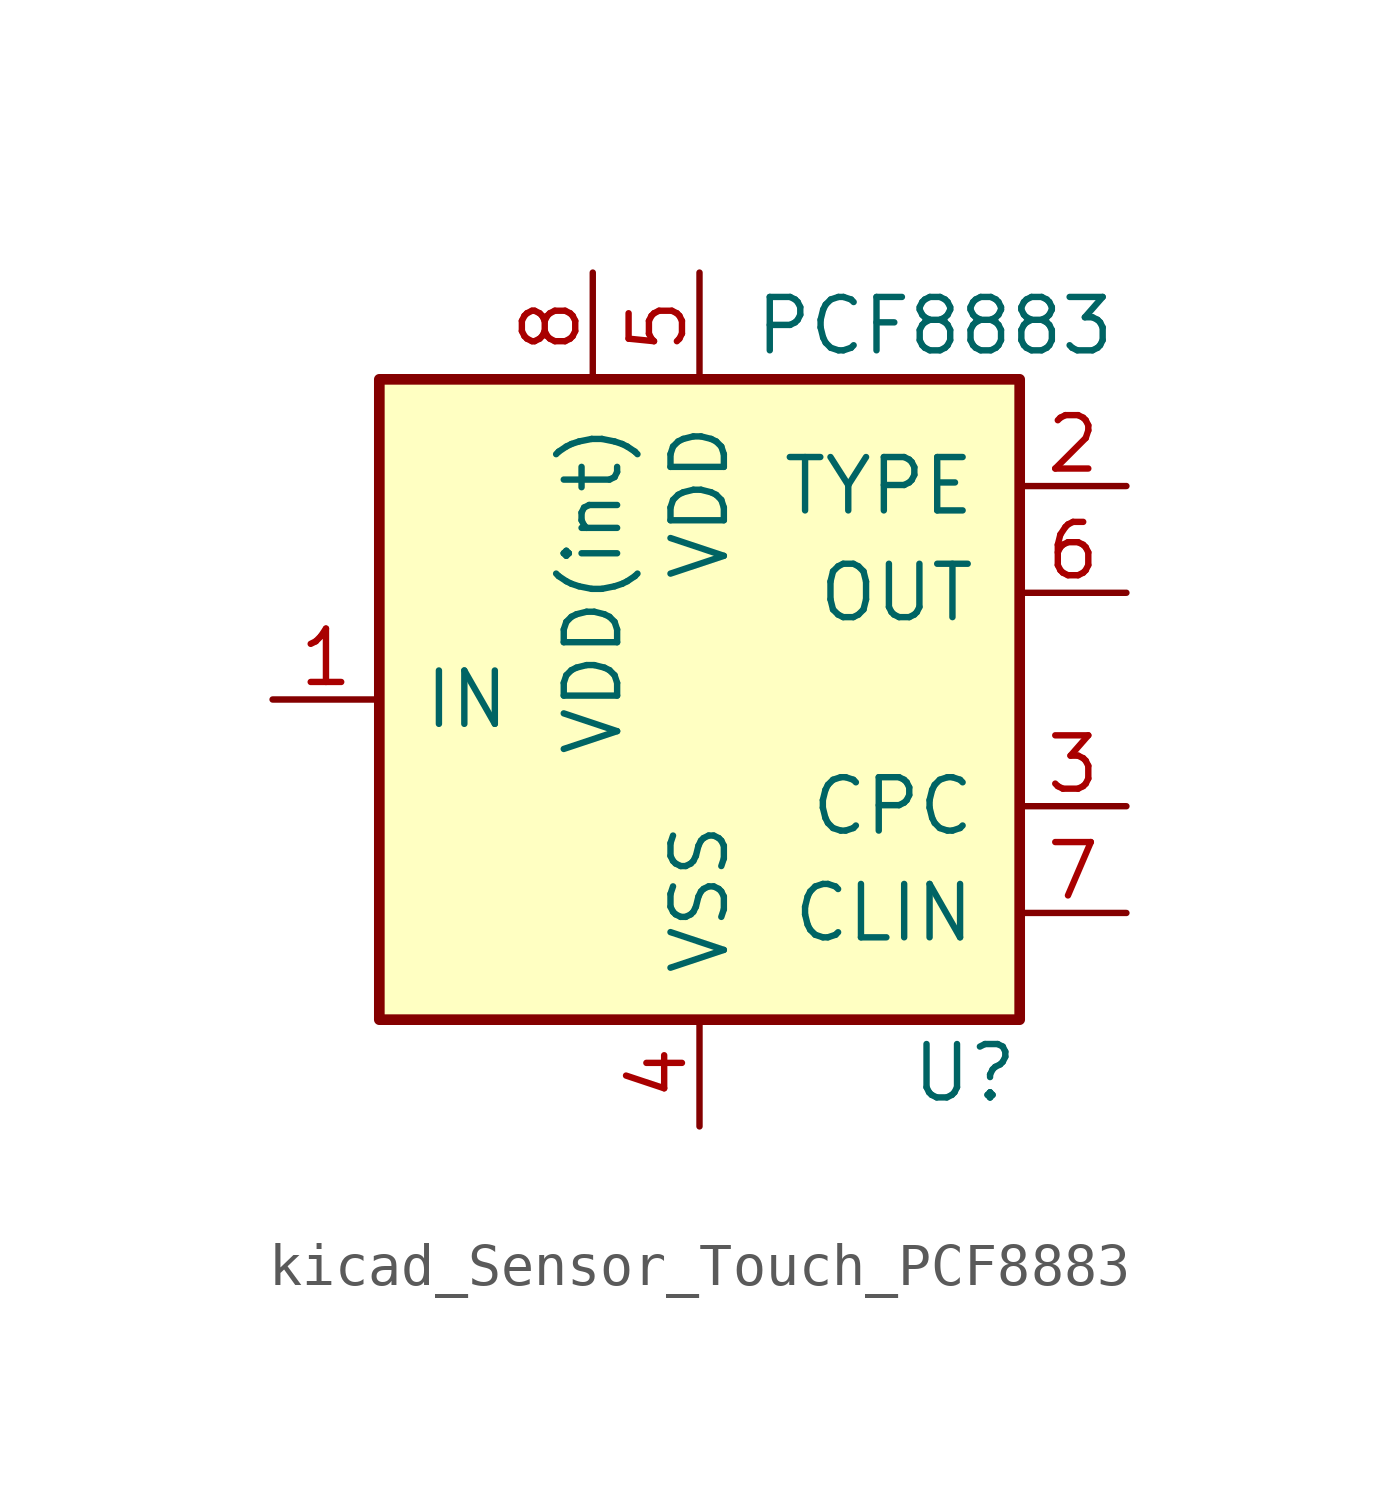
<source format=kicad_sym>
(kicad_symbol_lib
  (version 20220914)
  (generator kicad_symbol_editor)
  (symbol "kicad_Sensor_Touch_PCF8883"
    (pin_names
      (offset 1.016))
    (property "Reference" "U"
      (at 7.62 -8.89 0)
      (effects (font (size 1.27 1.27)) (justify right)))
    (property "Value" "PCF8883"
      (at 1.27 8.89 0)
      (effects (font (size 1.27 1.27)) (justify left)))
    (symbol "kicad_Sensor_Touch_PCF8883_0_1"
      (rectangle (start 7.62 -7.62) (end -7.62 7.62) (stroke (width 0.254) (type default)) (fill (type background))))
    (symbol "kicad_Sensor_Touch_PCF8883_1_1"
      (pin input line (at -10.16 0 0) (length 2.54) (name "IN" (effects (font (size 1.27 1.27)))) (number "1" (effects (font (size 1.27 1.27)))))
      (pin input line (at 10.16 5.08 180) (length 2.54) (name "TYPE" (effects (font (size 1.27 1.27)))) (number "2" (effects (font (size 1.27 1.27)))))
      (pin bidirectional line (at 10.16 -2.54 180) (length 2.54) (name "CPC" (effects (font (size 1.27 1.27)))) (number "3" (effects (font (size 1.27 1.27)))))
      (pin power_in line (at 0 -10.16 90) (length 2.54) (name "VSS" (effects (font (size 1.27 1.27)))) (number "4" (effects (font (size 1.27 1.27)))))
      (pin power_in line (at 0 10.16 270) (length 2.54) (name "VDD" (effects (font (size 1.27 1.27)))) (number "5" (effects (font (size 1.27 1.27)))))
      (pin output line (at 10.16 2.54 180) (length 2.54) (name "OUT" (effects (font (size 1.27 1.27)))) (number "6" (effects (font (size 1.27 1.27)))))
      (pin bidirectional line (at 10.16 -5.08 180) (length 2.54) (name "CLIN" (effects (font (size 1.27 1.27)))) (number "7" (effects (font (size 1.27 1.27)))))
      (pin power_out line (at -2.54 10.16 270) (length 2.54) (name "VDD(int)" (effects (font (size 1.27 1.27)))) (number "8" (effects (font (size 1.27 1.27))))))))
</source>
